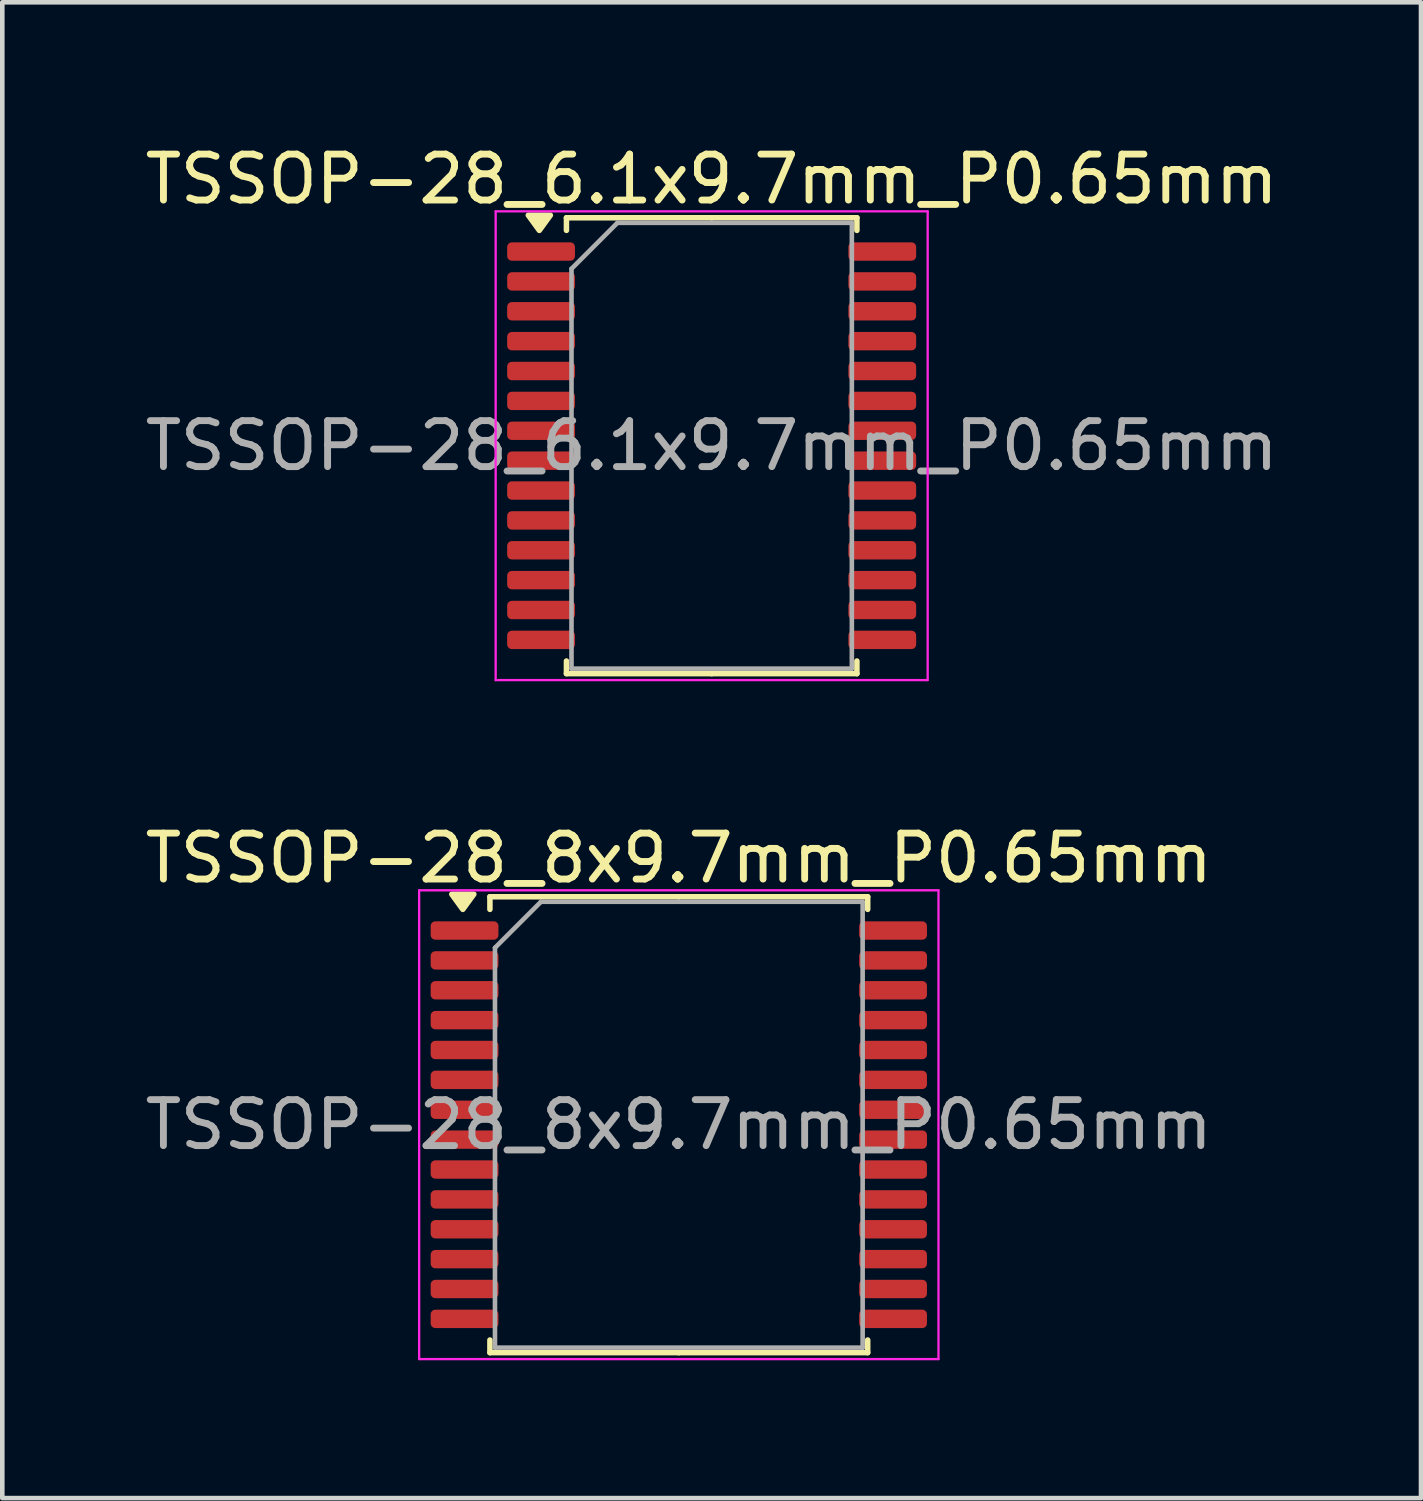
<source format=kicad_pcb>
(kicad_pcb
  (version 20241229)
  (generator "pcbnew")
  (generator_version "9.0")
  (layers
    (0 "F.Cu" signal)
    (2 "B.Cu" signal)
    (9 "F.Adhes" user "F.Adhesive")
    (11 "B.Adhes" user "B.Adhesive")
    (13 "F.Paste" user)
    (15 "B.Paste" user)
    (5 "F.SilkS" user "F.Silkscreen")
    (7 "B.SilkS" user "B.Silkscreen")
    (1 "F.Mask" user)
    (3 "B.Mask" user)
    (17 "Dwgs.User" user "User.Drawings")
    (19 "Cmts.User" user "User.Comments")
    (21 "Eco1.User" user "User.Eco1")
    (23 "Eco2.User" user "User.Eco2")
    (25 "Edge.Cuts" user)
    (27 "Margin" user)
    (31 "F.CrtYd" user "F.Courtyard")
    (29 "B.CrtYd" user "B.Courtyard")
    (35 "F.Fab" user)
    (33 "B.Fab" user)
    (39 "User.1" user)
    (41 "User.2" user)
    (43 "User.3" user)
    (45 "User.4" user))
  (footprint "TSSOP-28_8x9.7mm_P0.65mm"
    (layer "F.Cu")
    (at 11.72 21.422)
    (property "Reference" "TSSOP-28_8x9.7mm_P0.65mm" (at 0 -5.8 0) (layer "F.SilkS") (effects (font (size 1 1) (thickness 0.15))))
    (attr smd)
    (fp_line (start -4.11 -4.96) (end -4.11 -4.685) (stroke (width 0.12) (type solid)) (layer "F.SilkS"))
    (fp_line (start -4.11 4.96) (end -4.11 4.685) (stroke (width 0.12) (type solid)) (layer "F.SilkS"))
    (fp_line (start 0 -4.96) (end -4.11 -4.96) (stroke (width 0.12) (type solid)) (layer "F.SilkS"))
    (fp_line (start 0 -4.96) (end 4.11 -4.96) (stroke (width 0.12) (type solid)) (layer "F.SilkS"))
    (fp_line (start 0 4.96) (end -4.11 4.96) (stroke (width 0.12) (type solid)) (layer "F.SilkS"))
    (fp_line (start 0 4.96) (end 4.11 4.96) (stroke (width 0.12) (type solid)) (layer "F.SilkS"))
    (fp_line (start 4.11 -4.96) (end 4.11 -4.685) (stroke (width 0.12) (type solid)) (layer "F.SilkS"))
    (fp_line (start 4.11 4.96) (end 4.11 4.685) (stroke (width 0.12) (type solid)) (layer "F.SilkS"))
    (fp_poly (pts (xy -4.7 -4.685) (xy -4.94 -5.015) (xy -4.46 -5.015) (xy -4.7 -4.685)) (stroke (width 0.12) (type solid)) (fill yes) (layer "F.SilkS"))
    (fp_line (start -5.65 -5.1) (end -5.65 5.1) (stroke (width 0.05) (type solid)) (layer "F.CrtYd"))
    (fp_line (start -5.65 5.1) (end 5.65 5.1) (stroke (width 0.05) (type solid)) (layer "F.CrtYd"))
    (fp_line (start 5.65 -5.1) (end -5.65 -5.1) (stroke (width 0.05) (type solid)) (layer "F.CrtYd"))
    (fp_line (start 5.65 5.1) (end 5.65 -5.1) (stroke (width 0.05) (type solid)) (layer "F.CrtYd"))
    (fp_line (start -4 -3.85) (end -3 -4.85) (stroke (width 0.1) (type solid)) (layer "F.Fab"))
    (fp_line (start -4 4.85) (end -4 -3.85) (stroke (width 0.1) (type solid)) (layer "F.Fab"))
    (fp_line (start -3 -4.85) (end 4 -4.85) (stroke (width 0.1) (type solid)) (layer "F.Fab"))
    (fp_line (start 4 -4.85) (end 4 4.85) (stroke (width 0.1) (type solid)) (layer "F.Fab"))
    (fp_line (start 4 4.85) (end -4 4.85) (stroke (width 0.1) (type solid)) (layer "F.Fab"))
    (fp_text user "${REFERENCE}" (at 0 0 0) (layer "F.Fab") (effects (font (size 1 1) (thickness 0.15))))
    (pad "1" smd roundrect (at -4.662 -4.225) (size 1.475 0.4) (layers "F.Cu" "F.Mask" "F.Paste") (roundrect_rratio 0.25))
    (pad "2" smd roundrect (at -4.662 -3.575) (size 1.475 0.4) (layers "F.Cu" "F.Mask" "F.Paste") (roundrect_rratio 0.25))
    (pad "3" smd roundrect (at -4.662 -2.925) (size 1.475 0.4) (layers "F.Cu" "F.Mask" "F.Paste") (roundrect_rratio 0.25))
    (pad "4" smd roundrect (at -4.662 -2.275) (size 1.475 0.4) (layers "F.Cu" "F.Mask" "F.Paste") (roundrect_rratio 0.25))
    (pad "5" smd roundrect (at -4.662 -1.625) (size 1.475 0.4) (layers "F.Cu" "F.Mask" "F.Paste") (roundrect_rratio 0.25))
    (pad "6" smd roundrect (at -4.662 -0.975) (size 1.475 0.4) (layers "F.Cu" "F.Mask" "F.Paste") (roundrect_rratio 0.25))
    (pad "7" smd roundrect (at -4.662 -0.325) (size 1.475 0.4) (layers "F.Cu" "F.Mask" "F.Paste") (roundrect_rratio 0.25))
    (pad "8" smd roundrect (at -4.662 0.325) (size 1.475 0.4) (layers "F.Cu" "F.Mask" "F.Paste") (roundrect_rratio 0.25))
    (pad "9" smd roundrect (at -4.662 0.975) (size 1.475 0.4) (layers "F.Cu" "F.Mask" "F.Paste") (roundrect_rratio 0.25))
    (pad "10" smd roundrect (at -4.662 1.625) (size 1.475 0.4) (layers "F.Cu" "F.Mask" "F.Paste") (roundrect_rratio 0.25))
    (pad "11" smd roundrect (at -4.662 2.275) (size 1.475 0.4) (layers "F.Cu" "F.Mask" "F.Paste") (roundrect_rratio 0.25))
    (pad "12" smd roundrect (at -4.662 2.925) (size 1.475 0.4) (layers "F.Cu" "F.Mask" "F.Paste") (roundrect_rratio 0.25))
    (pad "13" smd roundrect (at -4.662 3.575) (size 1.475 0.4) (layers "F.Cu" "F.Mask" "F.Paste") (roundrect_rratio 0.25))
    (pad "14" smd roundrect (at -4.662 4.225) (size 1.475 0.4) (layers "F.Cu" "F.Mask" "F.Paste") (roundrect_rratio 0.25))
    (pad "15" smd roundrect (at 4.662 4.225) (size 1.475 0.4) (layers "F.Cu" "F.Mask" "F.Paste") (roundrect_rratio 0.25))
    (pad "16" smd roundrect (at 4.662 3.575) (size 1.475 0.4) (layers "F.Cu" "F.Mask" "F.Paste") (roundrect_rratio 0.25))
    (pad "17" smd roundrect (at 4.662 2.925) (size 1.475 0.4) (layers "F.Cu" "F.Mask" "F.Paste") (roundrect_rratio 0.25))
    (pad "18" smd roundrect (at 4.662 2.275) (size 1.475 0.4) (layers "F.Cu" "F.Mask" "F.Paste") (roundrect_rratio 0.25))
    (pad "19" smd roundrect (at 4.662 1.625) (size 1.475 0.4) (layers "F.Cu" "F.Mask" "F.Paste") (roundrect_rratio 0.25))
    (pad "20" smd roundrect (at 4.662 0.975) (size 1.475 0.4) (layers "F.Cu" "F.Mask" "F.Paste") (roundrect_rratio 0.25))
    (pad "21" smd roundrect (at 4.662 0.325) (size 1.475 0.4) (layers "F.Cu" "F.Mask" "F.Paste") (roundrect_rratio 0.25))
    (pad "22" smd roundrect (at 4.662 -0.325) (size 1.475 0.4) (layers "F.Cu" "F.Mask" "F.Paste") (roundrect_rratio 0.25))
    (pad "23" smd roundrect (at 4.662 -0.975) (size 1.475 0.4) (layers "F.Cu" "F.Mask" "F.Paste") (roundrect_rratio 0.25))
    (pad "24" smd roundrect (at 4.662 -1.625) (size 1.475 0.4) (layers "F.Cu" "F.Mask" "F.Paste") (roundrect_rratio 0.25))
    (pad "25" smd roundrect (at 4.662 -2.275) (size 1.475 0.4) (layers "F.Cu" "F.Mask" "F.Paste") (roundrect_rratio 0.25))
    (pad "26" smd roundrect (at 4.662 -2.925) (size 1.475 0.4) (layers "F.Cu" "F.Mask" "F.Paste") (roundrect_rratio 0.25))
    (pad "27" smd roundrect (at 4.662 -3.575) (size 1.475 0.4) (layers "F.Cu" "F.Mask" "F.Paste") (roundrect_rratio 0.25))
    (pad "28" smd roundrect (at 4.662 -4.225) (size 1.475 0.4) (layers "F.Cu" "F.Mask" "F.Paste") (roundrect_rratio 0.25)))
  (footprint "TSSOP-28_6.1x9.7mm_P0.65mm"
    (layer "F.Cu")
    (at 12.435 6.648)
    (property "Reference" "TSSOP-28_6.1x9.7mm_P0.65mm" (at 0 -5.8 0) (layer "F.SilkS") (effects (font (size 1 1) (thickness 0.15))))
    (attr smd)
    (fp_line (start -3.16 -4.96) (end -3.16 -4.685) (stroke (width 0.12) (type solid)) (layer "F.SilkS"))
    (fp_line (start -3.16 4.96) (end -3.16 4.685) (stroke (width 0.12) (type solid)) (layer "F.SilkS"))
    (fp_line (start 0 -4.96) (end -3.16 -4.96) (stroke (width 0.12) (type solid)) (layer "F.SilkS"))
    (fp_line (start 0 -4.96) (end 3.16 -4.96) (stroke (width 0.12) (type solid)) (layer "F.SilkS"))
    (fp_line (start 0 4.96) (end -3.16 4.96) (stroke (width 0.12) (type solid)) (layer "F.SilkS"))
    (fp_line (start 0 4.96) (end 3.16 4.96) (stroke (width 0.12) (type solid)) (layer "F.SilkS"))
    (fp_line (start 3.16 -4.96) (end 3.16 -4.685) (stroke (width 0.12) (type solid)) (layer "F.SilkS"))
    (fp_line (start 3.16 4.96) (end 3.16 4.685) (stroke (width 0.12) (type solid)) (layer "F.SilkS"))
    (fp_poly (pts (xy -3.75 -4.685) (xy -3.99 -5.015) (xy -3.51 -5.015) (xy -3.75 -4.685)) (stroke (width 0.12) (type solid)) (fill yes) (layer "F.SilkS"))
    (fp_line (start -4.7 -5.1) (end -4.7 5.1) (stroke (width 0.05) (type solid)) (layer "F.CrtYd"))
    (fp_line (start -4.7 5.1) (end 4.7 5.1) (stroke (width 0.05) (type solid)) (layer "F.CrtYd"))
    (fp_line (start 4.7 -5.1) (end -4.7 -5.1) (stroke (width 0.05) (type solid)) (layer "F.CrtYd"))
    (fp_line (start 4.7 5.1) (end 4.7 -5.1) (stroke (width 0.05) (type solid)) (layer "F.CrtYd"))
    (fp_line (start -3.05 -3.85) (end -2.05 -4.85) (stroke (width 0.1) (type solid)) (layer "F.Fab"))
    (fp_line (start -3.05 4.85) (end -3.05 -3.85) (stroke (width 0.1) (type solid)) (layer "F.Fab"))
    (fp_line (start -2.05 -4.85) (end 3.05 -4.85) (stroke (width 0.1) (type solid)) (layer "F.Fab"))
    (fp_line (start 3.05 -4.85) (end 3.05 4.85) (stroke (width 0.1) (type solid)) (layer "F.Fab"))
    (fp_line (start 3.05 4.85) (end -3.05 4.85) (stroke (width 0.1) (type solid)) (layer "F.Fab"))
    (fp_text user "${REFERENCE}" (at 0 0 0) (layer "F.Fab") (effects (font (size 1 1) (thickness 0.15))))
    (pad "1" smd roundrect (at -3.712 -4.225) (size 1.475 0.4) (layers "F.Cu" "F.Mask" "F.Paste") (roundrect_rratio 0.25))
    (pad "2" smd roundrect (at -3.712 -3.575) (size 1.475 0.4) (layers "F.Cu" "F.Mask" "F.Paste") (roundrect_rratio 0.25))
    (pad "3" smd roundrect (at -3.712 -2.925) (size 1.475 0.4) (layers "F.Cu" "F.Mask" "F.Paste") (roundrect_rratio 0.25))
    (pad "4" smd roundrect (at -3.712 -2.275) (size 1.475 0.4) (layers "F.Cu" "F.Mask" "F.Paste") (roundrect_rratio 0.25))
    (pad "5" smd roundrect (at -3.712 -1.625) (size 1.475 0.4) (layers "F.Cu" "F.Mask" "F.Paste") (roundrect_rratio 0.25))
    (pad "6" smd roundrect (at -3.712 -0.975) (size 1.475 0.4) (layers "F.Cu" "F.Mask" "F.Paste") (roundrect_rratio 0.25))
    (pad "7" smd roundrect (at -3.712 -0.325) (size 1.475 0.4) (layers "F.Cu" "F.Mask" "F.Paste") (roundrect_rratio 0.25))
    (pad "8" smd roundrect (at -3.712 0.325) (size 1.475 0.4) (layers "F.Cu" "F.Mask" "F.Paste") (roundrect_rratio 0.25))
    (pad "9" smd roundrect (at -3.712 0.975) (size 1.475 0.4) (layers "F.Cu" "F.Mask" "F.Paste") (roundrect_rratio 0.25))
    (pad "10" smd roundrect (at -3.712 1.625) (size 1.475 0.4) (layers "F.Cu" "F.Mask" "F.Paste") (roundrect_rratio 0.25))
    (pad "11" smd roundrect (at -3.712 2.275) (size 1.475 0.4) (layers "F.Cu" "F.Mask" "F.Paste") (roundrect_rratio 0.25))
    (pad "12" smd roundrect (at -3.712 2.925) (size 1.475 0.4) (layers "F.Cu" "F.Mask" "F.Paste") (roundrect_rratio 0.25))
    (pad "13" smd roundrect (at -3.712 3.575) (size 1.475 0.4) (layers "F.Cu" "F.Mask" "F.Paste") (roundrect_rratio 0.25))
    (pad "14" smd roundrect (at -3.712 4.225) (size 1.475 0.4) (layers "F.Cu" "F.Mask" "F.Paste") (roundrect_rratio 0.25))
    (pad "15" smd roundrect (at 3.712 4.225) (size 1.475 0.4) (layers "F.Cu" "F.Mask" "F.Paste") (roundrect_rratio 0.25))
    (pad "16" smd roundrect (at 3.712 3.575) (size 1.475 0.4) (layers "F.Cu" "F.Mask" "F.Paste") (roundrect_rratio 0.25))
    (pad "17" smd roundrect (at 3.712 2.925) (size 1.475 0.4) (layers "F.Cu" "F.Mask" "F.Paste") (roundrect_rratio 0.25))
    (pad "18" smd roundrect (at 3.712 2.275) (size 1.475 0.4) (layers "F.Cu" "F.Mask" "F.Paste") (roundrect_rratio 0.25))
    (pad "19" smd roundrect (at 3.712 1.625) (size 1.475 0.4) (layers "F.Cu" "F.Mask" "F.Paste") (roundrect_rratio 0.25))
    (pad "20" smd roundrect (at 3.712 0.975) (size 1.475 0.4) (layers "F.Cu" "F.Mask" "F.Paste") (roundrect_rratio 0.25))
    (pad "21" smd roundrect (at 3.712 0.325) (size 1.475 0.4) (layers "F.Cu" "F.Mask" "F.Paste") (roundrect_rratio 0.25))
    (pad "22" smd roundrect (at 3.712 -0.325) (size 1.475 0.4) (layers "F.Cu" "F.Mask" "F.Paste") (roundrect_rratio 0.25))
    (pad "23" smd roundrect (at 3.712 -0.975) (size 1.475 0.4) (layers "F.Cu" "F.Mask" "F.Paste") (roundrect_rratio 0.25))
    (pad "24" smd roundrect (at 3.712 -1.625) (size 1.475 0.4) (layers "F.Cu" "F.Mask" "F.Paste") (roundrect_rratio 0.25))
    (pad "25" smd roundrect (at 3.712 -2.275) (size 1.475 0.4) (layers "F.Cu" "F.Mask" "F.Paste") (roundrect_rratio 0.25))
    (pad "26" smd roundrect (at 3.712 -2.925) (size 1.475 0.4) (layers "F.Cu" "F.Mask" "F.Paste") (roundrect_rratio 0.25))
    (pad "27" smd roundrect (at 3.712 -3.575) (size 1.475 0.4) (layers "F.Cu" "F.Mask" "F.Paste") (roundrect_rratio 0.25))
    (pad "28" smd roundrect (at 3.712 -4.225) (size 1.475 0.4) (layers "F.Cu" "F.Mask" "F.Paste") (roundrect_rratio 0.25)))
  (gr_rect
    (start -3 -3)
    (end 27.869 29.547)
    (stroke (width 0.1) (type default))
    (fill no)
    (layer "Edge.Cuts")))
</source>
